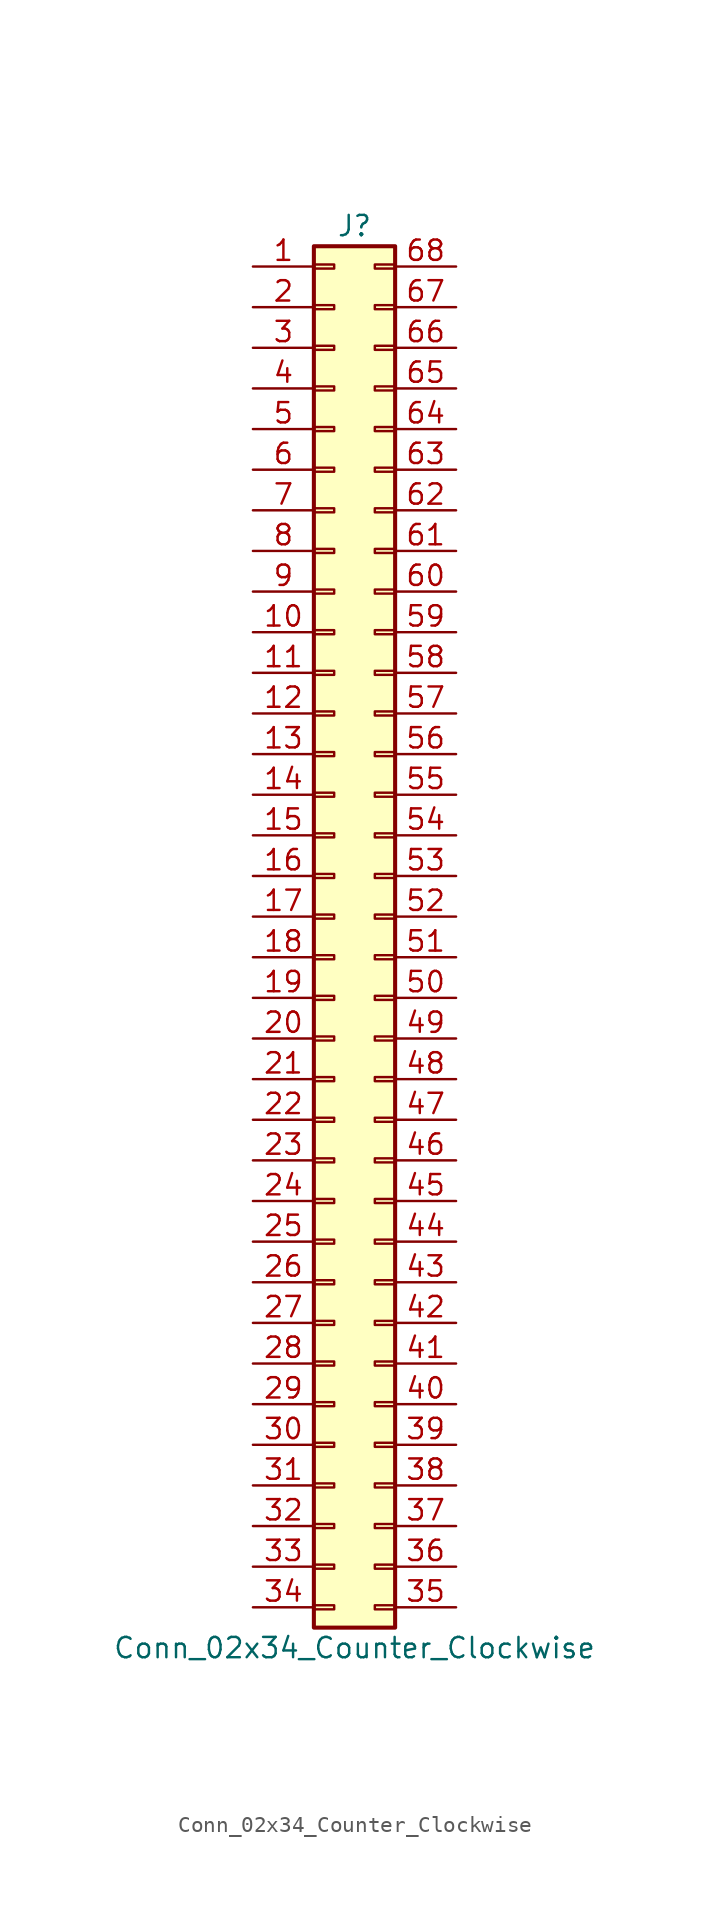
<source format=kicad_sym>
(kicad_symbol_lib
  (version 20201005)
  (generator kicad_symbol_editor)
  (symbol "Conn_02x34_Counter_Clockwise"
    (pin_names
      (offset 1.016) hide)
    (property "Reference" "J"
      (at 1.27 43.18 0)
      (effects (font (size 1.27 1.27))))
    (property "Value" "Conn_02x34_Counter_Clockwise"
      (at 1.27 -45.72 0)
      (effects (font (size 1.27 1.27))))
    (symbol "Conn_02x34_Counter_Clockwise_1_1"
      (rectangle (start -1.27 -43.053) (end 0 -43.307) (stroke (width 0.152)) (fill (type none)))
      (rectangle (start -1.27 -40.513) (end 0 -40.767) (stroke (width 0.152)) (fill (type none)))
      (rectangle (start -1.27 -37.973) (end 0 -38.227) (stroke (width 0.152)) (fill (type none)))
      (rectangle (start -1.27 -35.433) (end 0 -35.687) (stroke (width 0.152)) (fill (type none)))
      (rectangle (start -1.27 -32.893) (end 0 -33.147) (stroke (width 0.152)) (fill (type none)))
      (rectangle (start -1.27 -30.353) (end 0 -30.607) (stroke (width 0.152)) (fill (type none)))
      (rectangle (start -1.27 -27.813) (end 0 -28.067) (stroke (width 0.152)) (fill (type none)))
      (rectangle (start -1.27 -25.273) (end 0 -25.527) (stroke (width 0.152)) (fill (type none)))
      (rectangle (start -1.27 -22.733) (end 0 -22.987) (stroke (width 0.152)) (fill (type none)))
      (rectangle (start -1.27 -20.193) (end 0 -20.447) (stroke (width 0.152)) (fill (type none)))
      (rectangle (start -1.27 -17.653) (end 0 -17.907) (stroke (width 0.152)) (fill (type none)))
      (rectangle (start -1.27 -15.113) (end 0 -15.367) (stroke (width 0.152)) (fill (type none)))
      (rectangle (start -1.27 -12.573) (end 0 -12.827) (stroke (width 0.152)) (fill (type none)))
      (rectangle (start -1.27 -10.033) (end 0 -10.287) (stroke (width 0.152)) (fill (type none)))
      (rectangle (start -1.27 -7.493) (end 0 -7.747) (stroke (width 0.152)) (fill (type none)))
      (rectangle (start -1.27 -4.953) (end 0 -5.207) (stroke (width 0.152)) (fill (type none)))
      (rectangle (start -1.27 -2.413) (end 0 -2.667) (stroke (width 0.152)) (fill (type none)))
      (rectangle (start -1.27 0.127) (end 0 -0.127) (stroke (width 0.152)) (fill (type none)))
      (rectangle (start -1.27 2.667) (end 0 2.413) (stroke (width 0.152)) (fill (type none)))
      (rectangle (start -1.27 5.207) (end 0 4.953) (stroke (width 0.152)) (fill (type none)))
      (rectangle (start -1.27 7.747) (end 0 7.493) (stroke (width 0.152)) (fill (type none)))
      (rectangle (start -1.27 10.287) (end 0 10.033) (stroke (width 0.152)) (fill (type none)))
      (rectangle (start -1.27 12.827) (end 0 12.573) (stroke (width 0.152)) (fill (type none)))
      (rectangle (start -1.27 15.367) (end 0 15.113) (stroke (width 0.152)) (fill (type none)))
      (rectangle (start -1.27 17.907) (end 0 17.653) (stroke (width 0.152)) (fill (type none)))
      (rectangle (start -1.27 20.447) (end 0 20.193) (stroke (width 0.152)) (fill (type none)))
      (rectangle (start -1.27 22.987) (end 0 22.733) (stroke (width 0.152)) (fill (type none)))
      (rectangle (start -1.27 25.527) (end 0 25.273) (stroke (width 0.152)) (fill (type none)))
      (rectangle (start -1.27 28.067) (end 0 27.813) (stroke (width 0.152)) (fill (type none)))
      (rectangle (start -1.27 30.607) (end 0 30.353) (stroke (width 0.152)) (fill (type none)))
      (rectangle (start -1.27 33.147) (end 0 32.893) (stroke (width 0.152)) (fill (type none)))
      (rectangle (start -1.27 35.687) (end 0 35.433) (stroke (width 0.152)) (fill (type none)))
      (rectangle (start -1.27 38.227) (end 0 37.973) (stroke (width 0.152)) (fill (type none)))
      (rectangle (start -1.27 40.767) (end 0 40.513) (stroke (width 0.152)) (fill (type none)))
      (rectangle (start 3.81 -43.053) (end 2.54 -43.307) (stroke (width 0.152)) (fill (type none)))
      (rectangle (start 3.81 -40.513) (end 2.54 -40.767) (stroke (width 0.152)) (fill (type none)))
      (rectangle (start 3.81 -37.973) (end 2.54 -38.227) (stroke (width 0.152)) (fill (type none)))
      (rectangle (start 3.81 -35.433) (end 2.54 -35.687) (stroke (width 0.152)) (fill (type none)))
      (rectangle (start 3.81 -32.893) (end 2.54 -33.147) (stroke (width 0.152)) (fill (type none)))
      (rectangle (start 3.81 -30.353) (end 2.54 -30.607) (stroke (width 0.152)) (fill (type none)))
      (rectangle (start 3.81 -27.813) (end 2.54 -28.067) (stroke (width 0.152)) (fill (type none)))
      (rectangle (start 3.81 -25.273) (end 2.54 -25.527) (stroke (width 0.152)) (fill (type none)))
      (rectangle (start 3.81 -22.733) (end 2.54 -22.987) (stroke (width 0.152)) (fill (type none)))
      (rectangle (start 3.81 -20.193) (end 2.54 -20.447) (stroke (width 0.152)) (fill (type none)))
      (rectangle (start 3.81 -17.653) (end 2.54 -17.907) (stroke (width 0.152)) (fill (type none)))
      (rectangle (start 3.81 -15.113) (end 2.54 -15.367) (stroke (width 0.152)) (fill (type none)))
      (rectangle (start 3.81 -12.573) (end 2.54 -12.827) (stroke (width 0.152)) (fill (type none)))
      (rectangle (start 3.81 -10.033) (end 2.54 -10.287) (stroke (width 0.152)) (fill (type none)))
      (rectangle (start 3.81 -7.493) (end 2.54 -7.747) (stroke (width 0.152)) (fill (type none)))
      (rectangle (start 3.81 -4.953) (end 2.54 -5.207) (stroke (width 0.152)) (fill (type none)))
      (rectangle (start 3.81 -2.413) (end 2.54 -2.667) (stroke (width 0.152)) (fill (type none)))
      (rectangle (start 3.81 0.127) (end 2.54 -0.127) (stroke (width 0.152)) (fill (type none)))
      (rectangle (start 3.81 2.667) (end 2.54 2.413) (stroke (width 0.152)) (fill (type none)))
      (rectangle (start 3.81 5.207) (end 2.54 4.953) (stroke (width 0.152)) (fill (type none)))
      (rectangle (start 3.81 7.747) (end 2.54 7.493) (stroke (width 0.152)) (fill (type none)))
      (rectangle (start 3.81 10.287) (end 2.54 10.033) (stroke (width 0.152)) (fill (type none)))
      (rectangle (start 3.81 12.827) (end 2.54 12.573) (stroke (width 0.152)) (fill (type none)))
      (rectangle (start 3.81 15.367) (end 2.54 15.113) (stroke (width 0.152)) (fill (type none)))
      (rectangle (start 3.81 17.907) (end 2.54 17.653) (stroke (width 0.152)) (fill (type none)))
      (rectangle (start 3.81 20.447) (end 2.54 20.193) (stroke (width 0.152)) (fill (type none)))
      (rectangle (start 3.81 22.987) (end 2.54 22.733) (stroke (width 0.152)) (fill (type none)))
      (rectangle (start 3.81 25.527) (end 2.54 25.273) (stroke (width 0.152)) (fill (type none)))
      (rectangle (start 3.81 28.067) (end 2.54 27.813) (stroke (width 0.152)) (fill (type none)))
      (rectangle (start 3.81 30.607) (end 2.54 30.353) (stroke (width 0.152)) (fill (type none)))
      (rectangle (start 3.81 33.147) (end 2.54 32.893) (stroke (width 0.152)) (fill (type none)))
      (rectangle (start 3.81 35.687) (end 2.54 35.433) (stroke (width 0.152)) (fill (type none)))
      (rectangle (start 3.81 38.227) (end 2.54 37.973) (stroke (width 0.152)) (fill (type none)))
      (rectangle (start 3.81 40.767) (end 2.54 40.513) (stroke (width 0.152)) (fill (type none)))
      (rectangle (start -1.27 41.91) (end 3.81 -44.45) (stroke (width 0.254)) (fill (type background)))
      (pin passive line (at -5.08 40.64 0) (length 3.81) (name "Pin_1" (effects (font (size 1.27 1.27)))) (number "1" (effects (font (size 1.27 1.27)))))
      (pin passive line (at -5.08 17.78 0) (length 3.81) (name "Pin_10" (effects (font (size 1.27 1.27)))) (number "10" (effects (font (size 1.27 1.27)))))
      (pin passive line (at -5.08 15.24 0) (length 3.81) (name "Pin_11" (effects (font (size 1.27 1.27)))) (number "11" (effects (font (size 1.27 1.27)))))
      (pin passive line (at -5.08 12.7 0) (length 3.81) (name "Pin_12" (effects (font (size 1.27 1.27)))) (number "12" (effects (font (size 1.27 1.27)))))
      (pin passive line (at -5.08 10.16 0) (length 3.81) (name "Pin_13" (effects (font (size 1.27 1.27)))) (number "13" (effects (font (size 1.27 1.27)))))
      (pin passive line (at -5.08 7.62 0) (length 3.81) (name "Pin_14" (effects (font (size 1.27 1.27)))) (number "14" (effects (font (size 1.27 1.27)))))
      (pin passive line (at -5.08 5.08 0) (length 3.81) (name "Pin_15" (effects (font (size 1.27 1.27)))) (number "15" (effects (font (size 1.27 1.27)))))
      (pin passive line (at -5.08 2.54 0) (length 3.81) (name "Pin_16" (effects (font (size 1.27 1.27)))) (number "16" (effects (font (size 1.27 1.27)))))
      (pin passive line (at -5.08 0 0) (length 3.81) (name "Pin_17" (effects (font (size 1.27 1.27)))) (number "17" (effects (font (size 1.27 1.27)))))
      (pin passive line (at -5.08 -2.54 0) (length 3.81) (name "Pin_18" (effects (font (size 1.27 1.27)))) (number "18" (effects (font (size 1.27 1.27)))))
      (pin passive line (at -5.08 -5.08 0) (length 3.81) (name "Pin_19" (effects (font (size 1.27 1.27)))) (number "19" (effects (font (size 1.27 1.27)))))
      (pin passive line (at -5.08 38.1 0) (length 3.81) (name "Pin_2" (effects (font (size 1.27 1.27)))) (number "2" (effects (font (size 1.27 1.27)))))
      (pin passive line (at -5.08 -7.62 0) (length 3.81) (name "Pin_20" (effects (font (size 1.27 1.27)))) (number "20" (effects (font (size 1.27 1.27)))))
      (pin passive line (at -5.08 -10.16 0) (length 3.81) (name "Pin_21" (effects (font (size 1.27 1.27)))) (number "21" (effects (font (size 1.27 1.27)))))
      (pin passive line (at -5.08 -12.7 0) (length 3.81) (name "Pin_22" (effects (font (size 1.27 1.27)))) (number "22" (effects (font (size 1.27 1.27)))))
      (pin passive line (at -5.08 -15.24 0) (length 3.81) (name "Pin_23" (effects (font (size 1.27 1.27)))) (number "23" (effects (font (size 1.27 1.27)))))
      (pin passive line (at -5.08 -17.78 0) (length 3.81) (name "Pin_24" (effects (font (size 1.27 1.27)))) (number "24" (effects (font (size 1.27 1.27)))))
      (pin passive line (at -5.08 -20.32 0) (length 3.81) (name "Pin_25" (effects (font (size 1.27 1.27)))) (number "25" (effects (font (size 1.27 1.27)))))
      (pin passive line (at -5.08 -22.86 0) (length 3.81) (name "Pin_26" (effects (font (size 1.27 1.27)))) (number "26" (effects (font (size 1.27 1.27)))))
      (pin passive line (at -5.08 -25.4 0) (length 3.81) (name "Pin_27" (effects (font (size 1.27 1.27)))) (number "27" (effects (font (size 1.27 1.27)))))
      (pin passive line (at -5.08 -27.94 0) (length 3.81) (name "Pin_28" (effects (font (size 1.27 1.27)))) (number "28" (effects (font (size 1.27 1.27)))))
      (pin passive line (at -5.08 -30.48 0) (length 3.81) (name "Pin_29" (effects (font (size 1.27 1.27)))) (number "29" (effects (font (size 1.27 1.27)))))
      (pin passive line (at -5.08 35.56 0) (length 3.81) (name "Pin_3" (effects (font (size 1.27 1.27)))) (number "3" (effects (font (size 1.27 1.27)))))
      (pin passive line (at -5.08 -33.02 0) (length 3.81) (name "Pin_30" (effects (font (size 1.27 1.27)))) (number "30" (effects (font (size 1.27 1.27)))))
      (pin passive line (at -5.08 -35.56 0) (length 3.81) (name "Pin_31" (effects (font (size 1.27 1.27)))) (number "31" (effects (font (size 1.27 1.27)))))
      (pin passive line (at -5.08 -38.1 0) (length 3.81) (name "Pin_32" (effects (font (size 1.27 1.27)))) (number "32" (effects (font (size 1.27 1.27)))))
      (pin passive line (at -5.08 -40.64 0) (length 3.81) (name "Pin_33" (effects (font (size 1.27 1.27)))) (number "33" (effects (font (size 1.27 1.27)))))
      (pin passive line (at -5.08 -43.18 0) (length 3.81) (name "Pin_34" (effects (font (size 1.27 1.27)))) (number "34" (effects (font (size 1.27 1.27)))))
      (pin passive line (at 7.62 -43.18 180) (length 3.81) (name "Pin_35" (effects (font (size 1.27 1.27)))) (number "35" (effects (font (size 1.27 1.27)))))
      (pin passive line (at 7.62 -40.64 180) (length 3.81) (name "Pin_36" (effects (font (size 1.27 1.27)))) (number "36" (effects (font (size 1.27 1.27)))))
      (pin passive line (at 7.62 -38.1 180) (length 3.81) (name "Pin_37" (effects (font (size 1.27 1.27)))) (number "37" (effects (font (size 1.27 1.27)))))
      (pin passive line (at 7.62 -35.56 180) (length 3.81) (name "Pin_38" (effects (font (size 1.27 1.27)))) (number "38" (effects (font (size 1.27 1.27)))))
      (pin passive line (at 7.62 -33.02 180) (length 3.81) (name "Pin_39" (effects (font (size 1.27 1.27)))) (number "39" (effects (font (size 1.27 1.27)))))
      (pin passive line (at -5.08 33.02 0) (length 3.81) (name "Pin_4" (effects (font (size 1.27 1.27)))) (number "4" (effects (font (size 1.27 1.27)))))
      (pin passive line (at 7.62 -30.48 180) (length 3.81) (name "Pin_40" (effects (font (size 1.27 1.27)))) (number "40" (effects (font (size 1.27 1.27)))))
      (pin passive line (at 7.62 -27.94 180) (length 3.81) (name "Pin_41" (effects (font (size 1.27 1.27)))) (number "41" (effects (font (size 1.27 1.27)))))
      (pin passive line (at 7.62 -25.4 180) (length 3.81) (name "Pin_42" (effects (font (size 1.27 1.27)))) (number "42" (effects (font (size 1.27 1.27)))))
      (pin passive line (at 7.62 -22.86 180) (length 3.81) (name "Pin_43" (effects (font (size 1.27 1.27)))) (number "43" (effects (font (size 1.27 1.27)))))
      (pin passive line (at 7.62 -20.32 180) (length 3.81) (name "Pin_44" (effects (font (size 1.27 1.27)))) (number "44" (effects (font (size 1.27 1.27)))))
      (pin passive line (at 7.62 -17.78 180) (length 3.81) (name "Pin_45" (effects (font (size 1.27 1.27)))) (number "45" (effects (font (size 1.27 1.27)))))
      (pin passive line (at 7.62 -15.24 180) (length 3.81) (name "Pin_46" (effects (font (size 1.27 1.27)))) (number "46" (effects (font (size 1.27 1.27)))))
      (pin passive line (at 7.62 -12.7 180) (length 3.81) (name "Pin_47" (effects (font (size 1.27 1.27)))) (number "47" (effects (font (size 1.27 1.27)))))
      (pin passive line (at 7.62 -10.16 180) (length 3.81) (name "Pin_48" (effects (font (size 1.27 1.27)))) (number "48" (effects (font (size 1.27 1.27)))))
      (pin passive line (at 7.62 -7.62 180) (length 3.81) (name "Pin_49" (effects (font (size 1.27 1.27)))) (number "49" (effects (font (size 1.27 1.27)))))
      (pin passive line (at -5.08 30.48 0) (length 3.81) (name "Pin_5" (effects (font (size 1.27 1.27)))) (number "5" (effects (font (size 1.27 1.27)))))
      (pin passive line (at 7.62 -5.08 180) (length 3.81) (name "Pin_50" (effects (font (size 1.27 1.27)))) (number "50" (effects (font (size 1.27 1.27)))))
      (pin passive line (at 7.62 -2.54 180) (length 3.81) (name "Pin_51" (effects (font (size 1.27 1.27)))) (number "51" (effects (font (size 1.27 1.27)))))
      (pin passive line (at 7.62 0 180) (length 3.81) (name "Pin_52" (effects (font (size 1.27 1.27)))) (number "52" (effects (font (size 1.27 1.27)))))
      (pin passive line (at 7.62 2.54 180) (length 3.81) (name "Pin_53" (effects (font (size 1.27 1.27)))) (number "53" (effects (font (size 1.27 1.27)))))
      (pin passive line (at 7.62 5.08 180) (length 3.81) (name "Pin_54" (effects (font (size 1.27 1.27)))) (number "54" (effects (font (size 1.27 1.27)))))
      (pin passive line (at 7.62 7.62 180) (length 3.81) (name "Pin_55" (effects (font (size 1.27 1.27)))) (number "55" (effects (font (size 1.27 1.27)))))
      (pin passive line (at 7.62 10.16 180) (length 3.81) (name "Pin_56" (effects (font (size 1.27 1.27)))) (number "56" (effects (font (size 1.27 1.27)))))
      (pin passive line (at 7.62 12.7 180) (length 3.81) (name "Pin_57" (effects (font (size 1.27 1.27)))) (number "57" (effects (font (size 1.27 1.27)))))
      (pin passive line (at 7.62 15.24 180) (length 3.81) (name "Pin_58" (effects (font (size 1.27 1.27)))) (number "58" (effects (font (size 1.27 1.27)))))
      (pin passive line (at 7.62 17.78 180) (length 3.81) (name "Pin_59" (effects (font (size 1.27 1.27)))) (number "59" (effects (font (size 1.27 1.27)))))
      (pin passive line (at -5.08 27.94 0) (length 3.81) (name "Pin_6" (effects (font (size 1.27 1.27)))) (number "6" (effects (font (size 1.27 1.27)))))
      (pin passive line (at 7.62 20.32 180) (length 3.81) (name "Pin_60" (effects (font (size 1.27 1.27)))) (number "60" (effects (font (size 1.27 1.27)))))
      (pin passive line (at 7.62 22.86 180) (length 3.81) (name "Pin_61" (effects (font (size 1.27 1.27)))) (number "61" (effects (font (size 1.27 1.27)))))
      (pin passive line (at 7.62 25.4 180) (length 3.81) (name "Pin_62" (effects (font (size 1.27 1.27)))) (number "62" (effects (font (size 1.27 1.27)))))
      (pin passive line (at 7.62 27.94 180) (length 3.81) (name "Pin_63" (effects (font (size 1.27 1.27)))) (number "63" (effects (font (size 1.27 1.27)))))
      (pin passive line (at 7.62 30.48 180) (length 3.81) (name "Pin_64" (effects (font (size 1.27 1.27)))) (number "64" (effects (font (size 1.27 1.27)))))
      (pin passive line (at 7.62 33.02 180) (length 3.81) (name "Pin_65" (effects (font (size 1.27 1.27)))) (number "65" (effects (font (size 1.27 1.27)))))
      (pin passive line (at 7.62 35.56 180) (length 3.81) (name "Pin_66" (effects (font (size 1.27 1.27)))) (number "66" (effects (font (size 1.27 1.27)))))
      (pin passive line (at 7.62 38.1 180) (length 3.81) (name "Pin_67" (effects (font (size 1.27 1.27)))) (number "67" (effects (font (size 1.27 1.27)))))
      (pin passive line (at 7.62 40.64 180) (length 3.81) (name "Pin_68" (effects (font (size 1.27 1.27)))) (number "68" (effects (font (size 1.27 1.27)))))
      (pin passive line (at -5.08 25.4 0) (length 3.81) (name "Pin_7" (effects (font (size 1.27 1.27)))) (number "7" (effects (font (size 1.27 1.27)))))
      (pin passive line (at -5.08 22.86 0) (length 3.81) (name "Pin_8" (effects (font (size 1.27 1.27)))) (number "8" (effects (font (size 1.27 1.27)))))
      (pin passive line (at -5.08 20.32 0) (length 3.81) (name "Pin_9" (effects (font (size 1.27 1.27)))) (number "9" (effects (font (size 1.27 1.27))))))))
</source>
